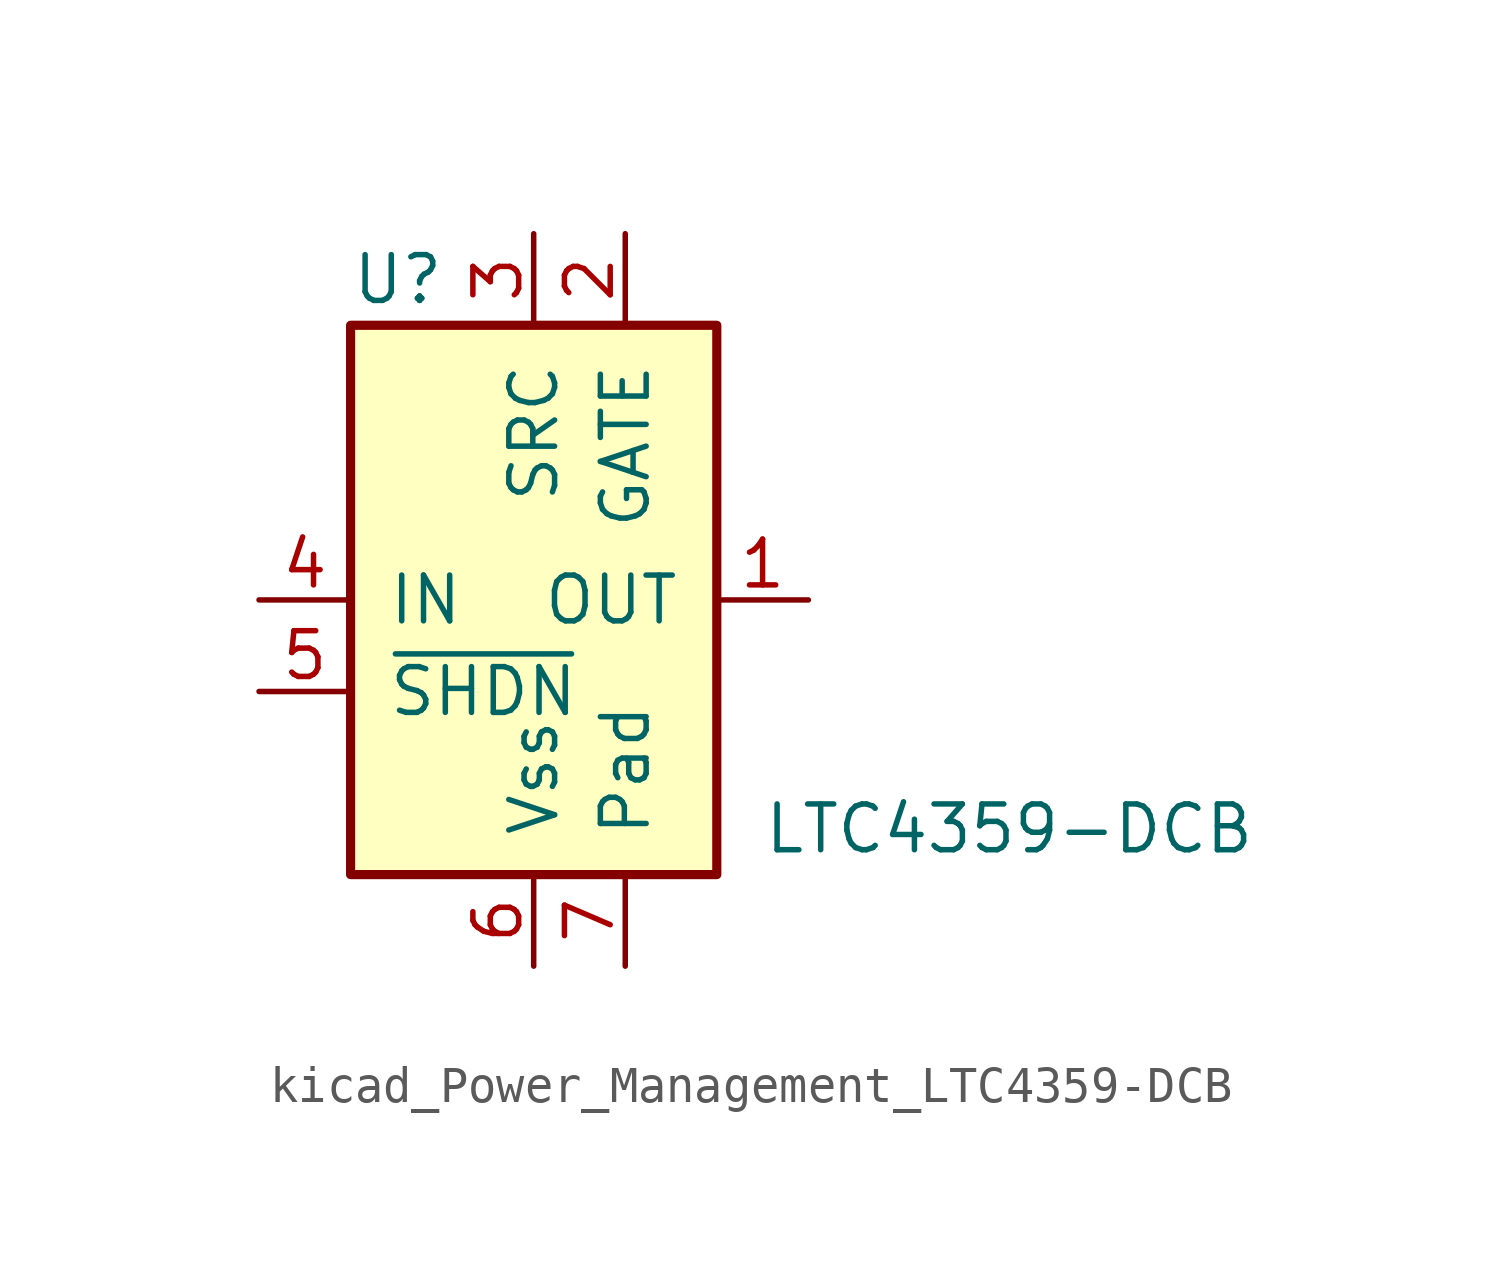
<source format=kicad_sym>
(kicad_symbol_lib
  (version 20220914)
  (generator kicad_symbol_editor)
  (symbol "kicad_Power_Management_LTC4359-DCB"
    (pin_names
      (offset 1.016))
    (property "Reference" "U"
      (at -5.08 8.89 0)
      (effects (font (size 1.27 1.27)) (justify left)))
    (property "Value" "LTC4359-DCB"
      (at 6.35 -6.35 0)
      (effects (font (size 1.27 1.27)) (justify left)))
    (symbol "kicad_Power_Management_LTC4359-DCB_0_1"
      (rectangle (start -5.08 7.62) (end 5.08 -7.62) (stroke (width 0.254) (type default)) (fill (type background))))
    (symbol "kicad_Power_Management_LTC4359-DCB_1_1"
      (pin input line (at 7.62 0 180) (length 2.54) (name "OUT" (effects (font (size 1.27 1.27)))) (number "1" (effects (font (size 1.27 1.27)))))
      (pin output line (at 2.54 10.16 270) (length 2.54) (name "GATE" (effects (font (size 1.27 1.27)))) (number "2" (effects (font (size 1.27 1.27)))))
      (pin input line (at 0 10.16 270) (length 2.54) (name "SRC" (effects (font (size 1.27 1.27)))) (number "3" (effects (font (size 1.27 1.27)))))
      (pin power_in line (at -7.62 0 0) (length 2.54) (name "IN" (effects (font (size 1.27 1.27)))) (number "4" (effects (font (size 1.27 1.27)))))
      (pin input line (at -7.62 -2.54 0) (length 2.54) (name "~{SHDN}" (effects (font (size 1.27 1.27)))) (number "5" (effects (font (size 1.27 1.27)))))
      (pin power_in line (at 0 -10.16 90) (length 2.54) (name "Vss" (effects (font (size 1.27 1.27)))) (number "6" (effects (font (size 1.27 1.27)))))
      (pin power_in line (at 2.54 -10.16 90) (length 2.54) (name "Pad" (effects (font (size 1.27 1.27)))) (number "7" (effects (font (size 1.27 1.27))))))))
</source>
